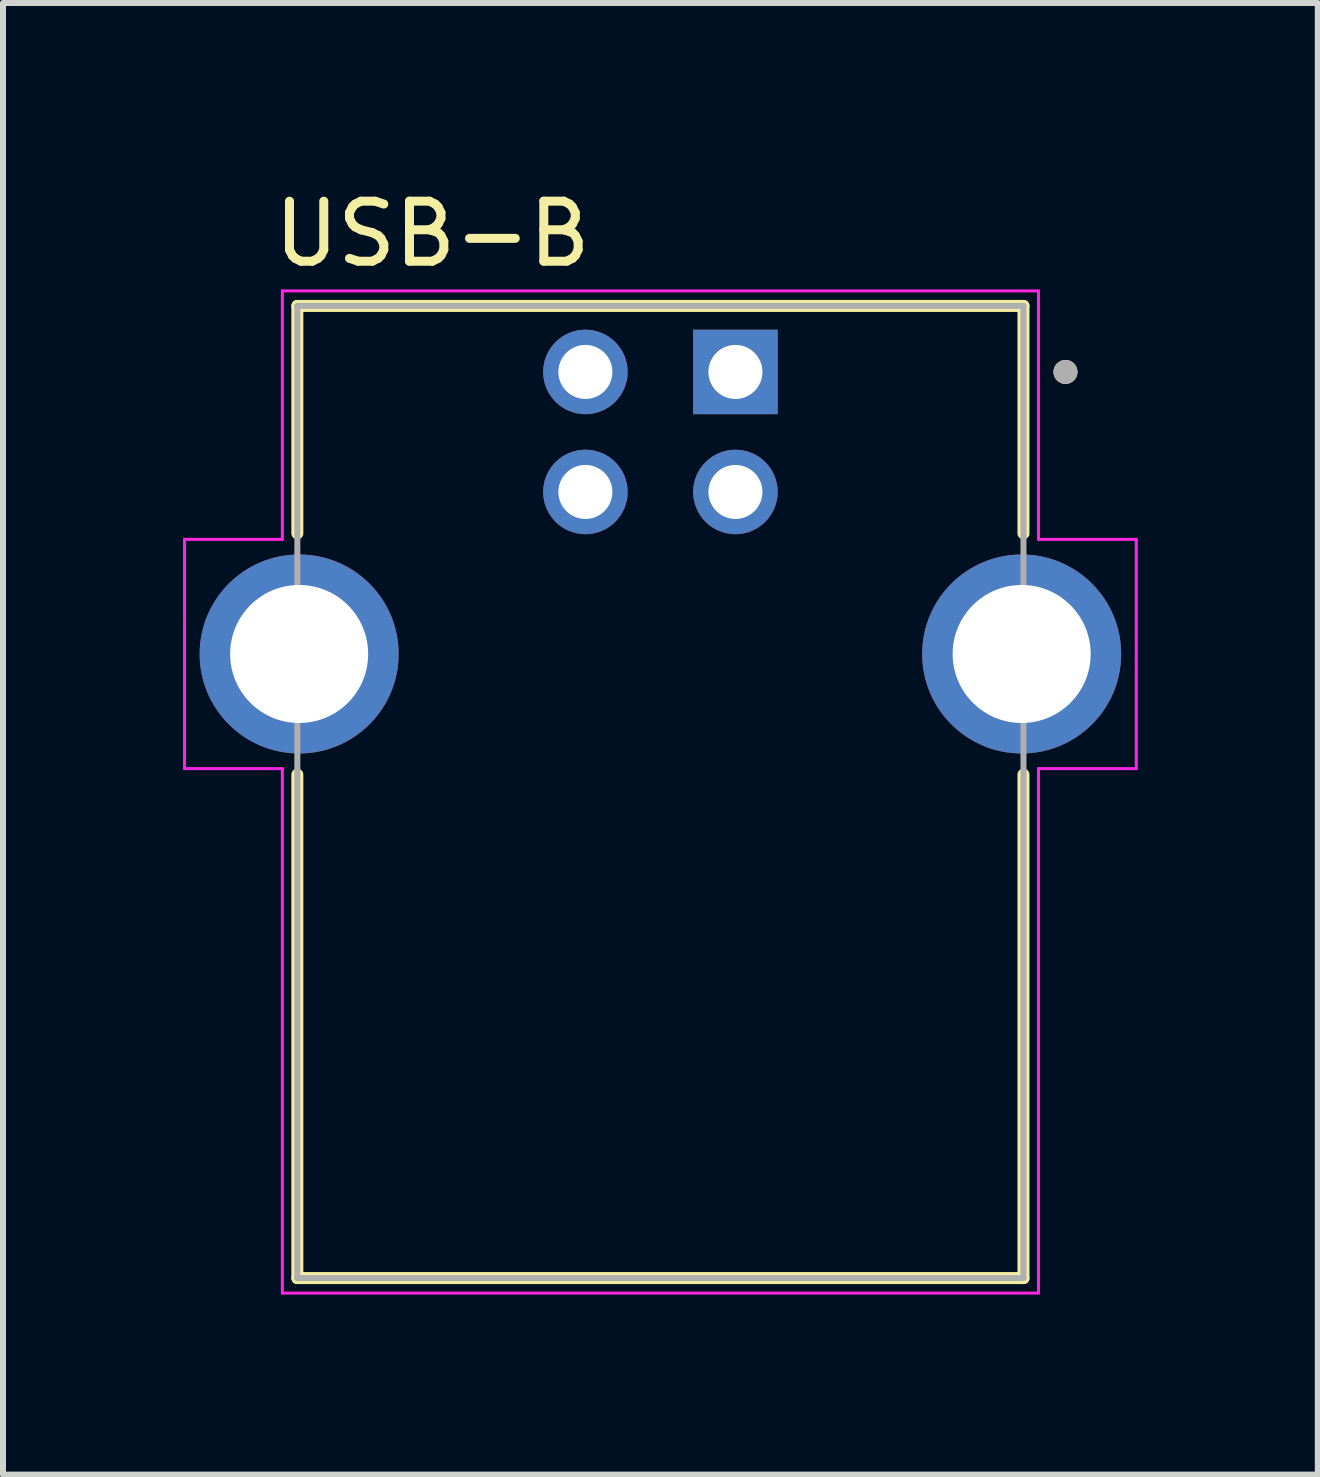
<source format=kicad_pcb>
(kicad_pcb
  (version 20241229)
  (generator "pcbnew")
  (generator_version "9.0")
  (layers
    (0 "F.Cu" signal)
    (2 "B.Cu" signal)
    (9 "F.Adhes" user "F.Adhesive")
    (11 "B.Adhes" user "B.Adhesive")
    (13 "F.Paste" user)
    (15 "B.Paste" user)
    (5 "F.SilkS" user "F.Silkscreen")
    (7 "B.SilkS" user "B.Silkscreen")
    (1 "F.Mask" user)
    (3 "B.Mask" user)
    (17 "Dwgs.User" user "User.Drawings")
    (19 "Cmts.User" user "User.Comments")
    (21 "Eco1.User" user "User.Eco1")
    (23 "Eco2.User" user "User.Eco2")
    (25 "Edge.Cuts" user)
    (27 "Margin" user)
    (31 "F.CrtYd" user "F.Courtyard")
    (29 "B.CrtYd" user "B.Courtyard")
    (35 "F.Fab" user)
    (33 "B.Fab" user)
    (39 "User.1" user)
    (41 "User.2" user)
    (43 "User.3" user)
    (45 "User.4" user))
  (footprint "USB-B"
    (layer "F.Cu")
    (at 7.955 7.848)
    (property "Reference" "USB-B" (at -3.8 -7 0) (layer "F.SilkS") (effects (font (size 1 1) (thickness 0.15))))
    (attr through_hole)
    (fp_line (start -6.05 -5.8) (end 6.05 -5.8) (stroke (width 0.2) (type solid)) (layer "F.SilkS"))
    (fp_line (start -6.05 -2.01) (end -6.05 -5.8) (stroke (width 0.2) (type solid)) (layer "F.SilkS"))
    (fp_line (start -6.05 10.4) (end -6.05 2.01) (stroke (width 0.2) (type solid)) (layer "F.SilkS"))
    (fp_line (start 6.05 -5.8) (end 6.05 -2.01) (stroke (width 0.2) (type solid)) (layer "F.SilkS"))
    (fp_line (start 6.05 2.01) (end 6.05 10.4) (stroke (width 0.2) (type solid)) (layer "F.SilkS"))
    (fp_line (start 6.05 10.4) (end -6.05 10.4) (stroke (width 0.2) (type solid)) (layer "F.SilkS"))
    (fp_circle (center 6.75 -4.7) (end 6.85 -4.7) (stroke (width 0.2) (type solid)) (fill no) (layer "F.SilkS"))
    (fp_line (start -7.93 -1.91) (end -6.3 -1.91) (stroke (width 0.05) (type solid)) (layer "F.CrtYd"))
    (fp_line (start -7.93 1.91) (end -7.93 -1.91) (stroke (width 0.05) (type solid)) (layer "F.CrtYd"))
    (fp_line (start -6.3 -6.05) (end 6.3 -6.05) (stroke (width 0.05) (type solid)) (layer "F.CrtYd"))
    (fp_line (start -6.3 -1.91) (end -6.3 -6.05) (stroke (width 0.05) (type solid)) (layer "F.CrtYd"))
    (fp_line (start -6.3 1.91) (end -7.93 1.91) (stroke (width 0.05) (type solid)) (layer "F.CrtYd"))
    (fp_line (start -6.3 10.65) (end -6.3 1.91) (stroke (width 0.05) (type solid)) (layer "F.CrtYd"))
    (fp_line (start 6.3 -6.05) (end 6.3 -1.91) (stroke (width 0.05) (type solid)) (layer "F.CrtYd"))
    (fp_line (start 6.3 -1.91) (end 7.93 -1.91) (stroke (width 0.05) (type solid)) (layer "F.CrtYd"))
    (fp_line (start 6.3 1.91) (end 6.3 10.65) (stroke (width 0.05) (type solid)) (layer "F.CrtYd"))
    (fp_line (start 6.3 10.65) (end -6.3 10.65) (stroke (width 0.05) (type solid)) (layer "F.CrtYd"))
    (fp_line (start 7.93 -1.91) (end 7.93 1.91) (stroke (width 0.05) (type solid)) (layer "F.CrtYd"))
    (fp_line (start 7.93 1.91) (end 6.3 1.91) (stroke (width 0.05) (type solid)) (layer "F.CrtYd"))
    (fp_line (start -6.05 -5.8) (end 6.05 -5.8) (stroke (width 0.1) (type solid)) (layer "F.Fab"))
    (fp_line (start -6.05 10.4) (end -6.05 -5.8) (stroke (width 0.1) (type solid)) (layer "F.Fab"))
    (fp_line (start 6.05 -5.8) (end 6.05 10.4) (stroke (width 0.1) (type solid)) (layer "F.Fab"))
    (fp_line (start 6.05 10.4) (end -6.05 10.4) (stroke (width 0.1) (type solid)) (layer "F.Fab"))
    (fp_circle (center 6.75 -4.7) (end 6.85 -4.7) (stroke (width 0.2) (type solid)) (fill no) (layer "F.Fab"))
    (pad "1" thru_hole rect (at 1.25 -4.7) (size 1.408 1.408) (drill 0.9) (layers "*.Cu" "*.Mask"))
    (pad "2" thru_hole circle (at -1.25 -4.7) (size 1.408 1.408) (drill 0.9) (layers "*.Cu" "*.Mask"))
    (pad "3" thru_hole circle (at -1.25 -2.7) (size 1.408 1.408) (drill 0.9) (layers "*.Cu" "*.Mask"))
    (pad "4" thru_hole circle (at 1.25 -2.7) (size 1.408 1.408) (drill 0.9) (layers "*.Cu" "*.Mask"))
    (pad "S1" thru_hole circle (at -6.02 0) (size 3.316 3.316) (drill 2.3) (layers "*.Cu" "*.Mask"))
    (pad "S2" thru_hole circle (at 6.02 0) (size 3.316 3.316) (drill 2.3) (layers "*.Cu" "*.Mask")))
  (gr_rect
    (start -3 -3)
    (end 18.91 21.523)
    (stroke (width 0.1) (type default))
    (fill no)
    (layer "Edge.Cuts")))
</source>
